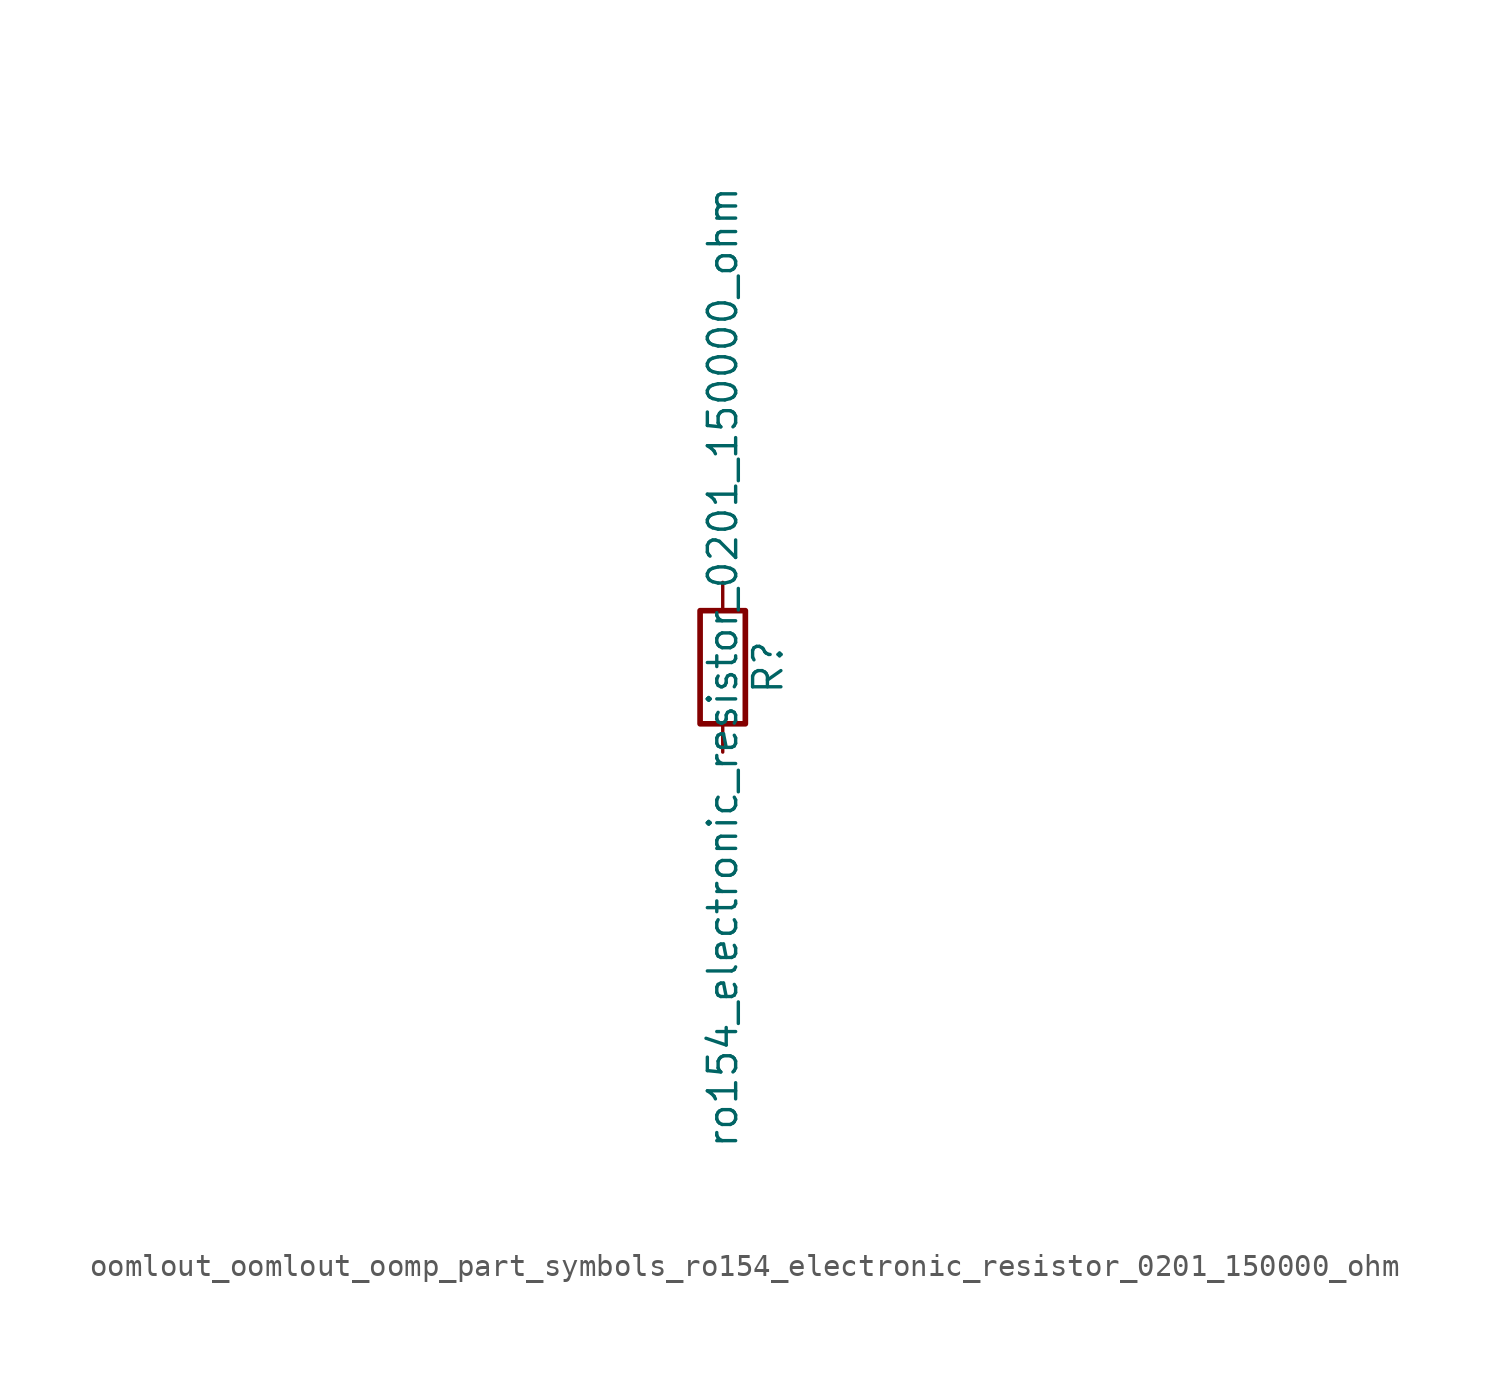
<source format=kicad_sym>
(kicad_symbol_lib
  (version 20220914)
  (generator kicad_symbol_editor)
  (symbol "oomlout_oomlout_oomp_part_symbols_ro154_electronic_resistor_0201_150000_ohm"
    (pin_numbers hide)
    (pin_names
      (offset 0))
    (property "Reference" "R"
      (at 2.032 0 90)
      (effects (font (size 1.27 1.27))))
    (property "Value" "ro154_electronic_resistor_0201_150000_ohm"
      (at 0 0 90)
      (effects (font (size 1.27 1.27))))
    (symbol "oomlout_oomlout_oomp_part_symbols_ro154_electronic_resistor_0201_150000_ohm_0_1"
      (rectangle (start -1.016 -2.54) (end 1.016 2.54) (stroke (width 0.254) (type default)) (fill (type none))))
    (symbol "oomlout_oomlout_oomp_part_symbols_ro154_electronic_resistor_0201_150000_ohm_1_1"
      (pin passive line (at 0 3.81 270) (length 1.27) (name "~" (effects (font (size 1.27 1.27)))) (number "1" (effects (font (size 1.27 1.27)))))
      (pin passive line (at 0 -3.81 90) (length 1.27) (name "~" (effects (font (size 1.27 1.27)))) (number "2" (effects (font (size 1.27 1.27))))))))
</source>
